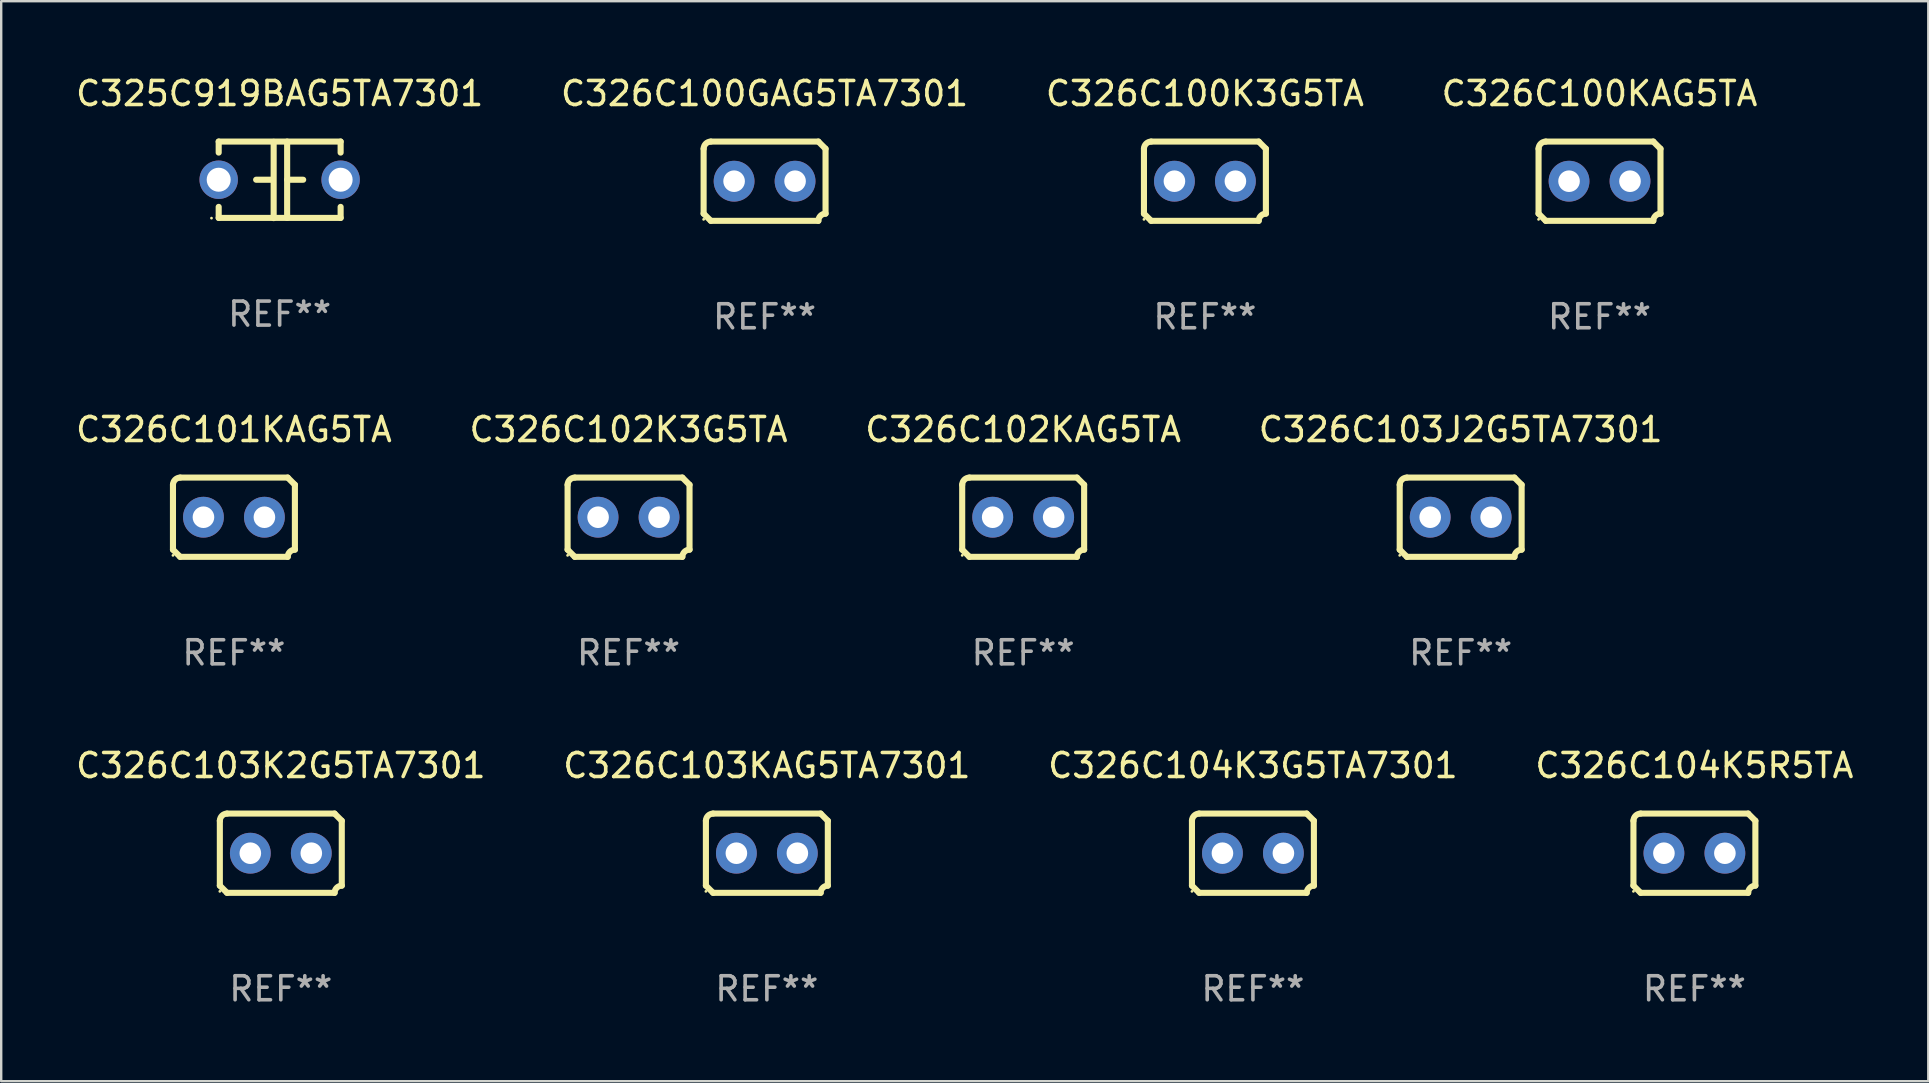
<source format=kicad_pcb>
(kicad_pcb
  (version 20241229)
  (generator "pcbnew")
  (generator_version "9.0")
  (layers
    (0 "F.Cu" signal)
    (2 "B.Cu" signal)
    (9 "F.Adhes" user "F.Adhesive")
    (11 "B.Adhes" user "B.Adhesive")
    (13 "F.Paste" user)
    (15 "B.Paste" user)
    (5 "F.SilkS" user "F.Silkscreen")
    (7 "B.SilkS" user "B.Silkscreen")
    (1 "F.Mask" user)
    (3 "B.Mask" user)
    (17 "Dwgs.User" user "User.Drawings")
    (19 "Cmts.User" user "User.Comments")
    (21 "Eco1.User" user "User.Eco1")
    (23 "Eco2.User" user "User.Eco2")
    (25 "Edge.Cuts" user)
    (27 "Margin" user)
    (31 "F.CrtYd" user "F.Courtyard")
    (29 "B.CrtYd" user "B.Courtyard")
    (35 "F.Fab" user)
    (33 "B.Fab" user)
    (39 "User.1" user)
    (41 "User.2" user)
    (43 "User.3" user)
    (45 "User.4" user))
  (footprint "C326C103KAG5TA7301"
    (layer "F.Cu")
    (at 28.899 32.496)
    (property "Reference" "C326C103KAG5TA7301" (at 0 -3.651 0) (layer "F.SilkS") (effects (font (size 1 1) (thickness 0.15))))
    (attr through_hole)
    (fp_line (start -2.54 -1.351) (end -2.54 1.351) (stroke (width 0.254) (type solid)) (layer "F.SilkS"))
    (fp_line (start -2.24 -1.651) (end 2.24 -1.651) (stroke (width 0.254) (type solid)) (layer "F.SilkS"))
    (fp_line (start 2.24 1.651) (end -2.24 1.651) (stroke (width 0.254) (type solid)) (layer "F.SilkS"))
    (fp_line (start 2.54 1.351) (end 2.54 -1.351) (stroke (width 0.254) (type solid)) (layer "F.SilkS"))
    (fp_arc (start -2.540005 -1.351283) (mid -2.450115 -1.561309) (end -2.240005 -1.651003) (stroke (width 0.254001) (type solid)) (layer "F.SilkS"))
    (fp_arc (start -2.240287 1.651001) (mid -2.390163 1.501019) (end -2.540005 1.351003) (stroke (width 0.254001) (type solid)) (layer "F.SilkS"))
    (fp_arc (start 2.240005 1.651003) (mid 2.329934 1.441015) (end 2.540005 1.351282) (stroke (width 0.254001) (type solid)) (layer "F.SilkS"))
    (fp_arc (start 2.540005 -1.351003) (mid 2.389393 -1.500252) (end 2.240284 -1.651003) (stroke (width 0.254001) (type solid)) (layer "F.SilkS"))
    (fp_circle (center -2.54 1.59) (end -2.51 1.59) (stroke (width 0.06) (type solid)) (fill no) (layer "F.SilkS"))
    (fp_text user "REF**" (at 0 5.651 0) (layer "F.Fab") (effects (font (size 1 1) (thickness 0.15))))
    (pad "1" thru_hole circle (at -1.27 0) (size 1.7 1.7) (drill 0.9) (layers "*.Cu" "*.Mask"))
    (pad "2" thru_hole circle (at 1.27 0) (size 1.7 1.7) (drill 0.9) (layers "*.Cu" "*.Mask")))
  (footprint "C326C100KAG5TA"
    (layer "F.Cu")
    (at 63.589 4.499)
    (property "Reference" "C326C100KAG5TA" (at 0 -3.651 0) (layer "F.SilkS") (effects (font (size 1 1) (thickness 0.15))))
    (attr through_hole)
    (fp_line (start -2.54 -1.351) (end -2.54 1.351) (stroke (width 0.254) (type solid)) (layer "F.SilkS"))
    (fp_line (start -2.24 -1.651) (end 2.24 -1.651) (stroke (width 0.254) (type solid)) (layer "F.SilkS"))
    (fp_line (start 2.24 1.651) (end -2.24 1.651) (stroke (width 0.254) (type solid)) (layer "F.SilkS"))
    (fp_line (start 2.54 1.351) (end 2.54 -1.351) (stroke (width 0.254) (type solid)) (layer "F.SilkS"))
    (fp_arc (start -2.540005 -1.351283) (mid -2.450115 -1.561309) (end -2.240005 -1.651003) (stroke (width 0.254001) (type solid)) (layer "F.SilkS"))
    (fp_arc (start -2.240287 1.651001) (mid -2.390163 1.501019) (end -2.540005 1.351003) (stroke (width 0.254001) (type solid)) (layer "F.SilkS"))
    (fp_arc (start 2.240005 1.651003) (mid 2.329934 1.441015) (end 2.540005 1.351282) (stroke (width 0.254001) (type solid)) (layer "F.SilkS"))
    (fp_arc (start 2.540005 -1.351003) (mid 2.389393 -1.500252) (end 2.240284 -1.651003) (stroke (width 0.254001) (type solid)) (layer "F.SilkS"))
    (fp_circle (center -2.54 1.59) (end -2.51 1.59) (stroke (width 0.06) (type solid)) (fill no) (layer "F.SilkS"))
    (fp_text user "REF**" (at 0 5.651 0) (layer "F.Fab") (effects (font (size 1 1) (thickness 0.15))))
    (pad "1" thru_hole circle (at -1.27 0) (size 1.7 1.7) (drill 0.9) (layers "*.Cu" "*.Mask"))
    (pad "2" thru_hole circle (at 1.27 0) (size 1.7 1.7) (drill 0.9) (layers "*.Cu" "*.Mask")))
  (footprint "C326C103J2G5TA7301"
    (layer "F.Cu")
    (at 57.804 18.498)
    (property "Reference" "C326C103J2G5TA7301" (at 0 -3.651 0) (layer "F.SilkS") (effects (font (size 1 1) (thickness 0.15))))
    (attr through_hole)
    (fp_line (start -2.54 -1.351) (end -2.54 1.351) (stroke (width 0.254) (type solid)) (layer "F.SilkS"))
    (fp_line (start -2.24 -1.651) (end 2.24 -1.651) (stroke (width 0.254) (type solid)) (layer "F.SilkS"))
    (fp_line (start 2.24 1.651) (end -2.24 1.651) (stroke (width 0.254) (type solid)) (layer "F.SilkS"))
    (fp_line (start 2.54 1.351) (end 2.54 -1.351) (stroke (width 0.254) (type solid)) (layer "F.SilkS"))
    (fp_arc (start -2.540005 -1.351283) (mid -2.450115 -1.561309) (end -2.240005 -1.651003) (stroke (width 0.254001) (type solid)) (layer "F.SilkS"))
    (fp_arc (start -2.240287 1.651001) (mid -2.390163 1.501019) (end -2.540005 1.351003) (stroke (width 0.254001) (type solid)) (layer "F.SilkS"))
    (fp_arc (start 2.240005 1.651003) (mid 2.329934 1.441015) (end 2.540005 1.351282) (stroke (width 0.254001) (type solid)) (layer "F.SilkS"))
    (fp_arc (start 2.540005 -1.351003) (mid 2.389393 -1.500252) (end 2.240284 -1.651003) (stroke (width 0.254001) (type solid)) (layer "F.SilkS"))
    (fp_circle (center -2.54 1.59) (end -2.51 1.59) (stroke (width 0.06) (type solid)) (fill no) (layer "F.SilkS"))
    (fp_text user "REF**" (at 0 5.651 0) (layer "F.Fab") (effects (font (size 1 1) (thickness 0.15))))
    (pad "1" thru_hole circle (at -1.27 0) (size 1.7 1.7) (drill 0.9) (layers "*.Cu" "*.Mask"))
    (pad "2" thru_hole circle (at 1.27 0) (size 1.7 1.7) (drill 0.9) (layers "*.Cu" "*.Mask")))
  (footprint "C326C100K3G5TA"
    (layer "F.Cu")
    (at 47.149 4.499)
    (property "Reference" "C326C100K3G5TA" (at 0 -3.651 0) (layer "F.SilkS") (effects (font (size 1 1) (thickness 0.15))))
    (attr through_hole)
    (fp_line (start -2.54 -1.351) (end -2.54 1.351) (stroke (width 0.254) (type solid)) (layer "F.SilkS"))
    (fp_line (start -2.24 -1.651) (end 2.24 -1.651) (stroke (width 0.254) (type solid)) (layer "F.SilkS"))
    (fp_line (start 2.24 1.651) (end -2.24 1.651) (stroke (width 0.254) (type solid)) (layer "F.SilkS"))
    (fp_line (start 2.54 1.351) (end 2.54 -1.351) (stroke (width 0.254) (type solid)) (layer "F.SilkS"))
    (fp_arc (start -2.540005 -1.351283) (mid -2.450115 -1.561309) (end -2.240005 -1.651003) (stroke (width 0.254001) (type solid)) (layer "F.SilkS"))
    (fp_arc (start -2.240287 1.651001) (mid -2.390163 1.501019) (end -2.540005 1.351003) (stroke (width 0.254001) (type solid)) (layer "F.SilkS"))
    (fp_arc (start 2.240005 1.651003) (mid 2.329934 1.441015) (end 2.540005 1.351282) (stroke (width 0.254001) (type solid)) (layer "F.SilkS"))
    (fp_arc (start 2.540005 -1.351003) (mid 2.389393 -1.500252) (end 2.240284 -1.651003) (stroke (width 0.254001) (type solid)) (layer "F.SilkS"))
    (fp_circle (center -2.54 1.59) (end -2.51 1.59) (stroke (width 0.06) (type solid)) (fill no) (layer "F.SilkS"))
    (fp_text user "REF**" (at 0 5.651 0) (layer "F.Fab") (effects (font (size 1 1) (thickness 0.15))))
    (pad "1" thru_hole circle (at -1.27 0) (size 1.7 1.7) (drill 0.9) (layers "*.Cu" "*.Mask"))
    (pad "2" thru_hole circle (at 1.27 0) (size 1.7 1.7) (drill 0.9) (layers "*.Cu" "*.Mask")))
  (footprint "C326C102K3G5TA"
    (layer "F.Cu")
    (at 23.137 18.498)
    (property "Reference" "C326C102K3G5TA" (at 0 -3.651 0) (layer "F.SilkS") (effects (font (size 1 1) (thickness 0.15))))
    (attr through_hole)
    (fp_line (start -2.54 -1.351) (end -2.54 1.351) (stroke (width 0.254) (type solid)) (layer "F.SilkS"))
    (fp_line (start -2.24 -1.651) (end 2.24 -1.651) (stroke (width 0.254) (type solid)) (layer "F.SilkS"))
    (fp_line (start 2.24 1.651) (end -2.24 1.651) (stroke (width 0.254) (type solid)) (layer "F.SilkS"))
    (fp_line (start 2.54 1.351) (end 2.54 -1.351) (stroke (width 0.254) (type solid)) (layer "F.SilkS"))
    (fp_arc (start -2.540005 -1.351283) (mid -2.450115 -1.561309) (end -2.240005 -1.651003) (stroke (width 0.254001) (type solid)) (layer "F.SilkS"))
    (fp_arc (start -2.240287 1.651001) (mid -2.390163 1.501019) (end -2.540005 1.351003) (stroke (width 0.254001) (type solid)) (layer "F.SilkS"))
    (fp_arc (start 2.240005 1.651003) (mid 2.329934 1.441015) (end 2.540005 1.351282) (stroke (width 0.254001) (type solid)) (layer "F.SilkS"))
    (fp_arc (start 2.540005 -1.351003) (mid 2.389393 -1.500252) (end 2.240284 -1.651003) (stroke (width 0.254001) (type solid)) (layer "F.SilkS"))
    (fp_circle (center -2.54 1.59) (end -2.51 1.59) (stroke (width 0.06) (type solid)) (fill no) (layer "F.SilkS"))
    (fp_text user "REF**" (at 0 5.651 0) (layer "F.Fab") (effects (font (size 1 1) (thickness 0.15))))
    (pad "1" thru_hole circle (at -1.27 0) (size 1.7 1.7) (drill 0.9) (layers "*.Cu" "*.Mask"))
    (pad "2" thru_hole circle (at 1.27 0) (size 1.7 1.7) (drill 0.9) (layers "*.Cu" "*.Mask")))
  (footprint "C326C102KAG5TA"
    (layer "F.Cu")
    (at 39.577 18.498)
    (property "Reference" "C326C102KAG5TA" (at 0 -3.651 0) (layer "F.SilkS") (effects (font (size 1 1) (thickness 0.15))))
    (attr through_hole)
    (fp_line (start -2.54 -1.351) (end -2.54 1.351) (stroke (width 0.254) (type solid)) (layer "F.SilkS"))
    (fp_line (start -2.24 -1.651) (end 2.24 -1.651) (stroke (width 0.254) (type solid)) (layer "F.SilkS"))
    (fp_line (start 2.24 1.651) (end -2.24 1.651) (stroke (width 0.254) (type solid)) (layer "F.SilkS"))
    (fp_line (start 2.54 1.351) (end 2.54 -1.351) (stroke (width 0.254) (type solid)) (layer "F.SilkS"))
    (fp_arc (start -2.540005 -1.351283) (mid -2.450115 -1.561309) (end -2.240005 -1.651003) (stroke (width 0.254001) (type solid)) (layer "F.SilkS"))
    (fp_arc (start -2.240287 1.651001) (mid -2.390163 1.501019) (end -2.540005 1.351003) (stroke (width 0.254001) (type solid)) (layer "F.SilkS"))
    (fp_arc (start 2.240005 1.651003) (mid 2.329934 1.441015) (end 2.540005 1.351282) (stroke (width 0.254001) (type solid)) (layer "F.SilkS"))
    (fp_arc (start 2.540005 -1.351003) (mid 2.389393 -1.500252) (end 2.240284 -1.651003) (stroke (width 0.254001) (type solid)) (layer "F.SilkS"))
    (fp_circle (center -2.54 1.59) (end -2.51 1.59) (stroke (width 0.06) (type solid)) (fill no) (layer "F.SilkS"))
    (fp_text user "REF**" (at 0 5.651 0) (layer "F.Fab") (effects (font (size 1 1) (thickness 0.15))))
    (pad "1" thru_hole circle (at -1.27 0) (size 1.7 1.7) (drill 0.9) (layers "*.Cu" "*.Mask"))
    (pad "2" thru_hole circle (at 1.27 0) (size 1.7 1.7) (drill 0.9) (layers "*.Cu" "*.Mask")))
  (footprint "C326C104K3G5TA7301"
    (layer "F.Cu")
    (at 49.149 32.496)
    (property "Reference" "C326C104K3G5TA7301" (at 0 -3.651 0) (layer "F.SilkS") (effects (font (size 1 1) (thickness 0.15))))
    (attr through_hole)
    (fp_line (start -2.54 -1.351) (end -2.54 1.351) (stroke (width 0.254) (type solid)) (layer "F.SilkS"))
    (fp_line (start -2.24 -1.651) (end 2.24 -1.651) (stroke (width 0.254) (type solid)) (layer "F.SilkS"))
    (fp_line (start 2.24 1.651) (end -2.24 1.651) (stroke (width 0.254) (type solid)) (layer "F.SilkS"))
    (fp_line (start 2.54 1.351) (end 2.54 -1.351) (stroke (width 0.254) (type solid)) (layer "F.SilkS"))
    (fp_arc (start -2.540005 -1.351283) (mid -2.450115 -1.561309) (end -2.240005 -1.651003) (stroke (width 0.254001) (type solid)) (layer "F.SilkS"))
    (fp_arc (start -2.240287 1.651001) (mid -2.390163 1.501019) (end -2.540005 1.351003) (stroke (width 0.254001) (type solid)) (layer "F.SilkS"))
    (fp_arc (start 2.240005 1.651003) (mid 2.329934 1.441015) (end 2.540005 1.351282) (stroke (width 0.254001) (type solid)) (layer "F.SilkS"))
    (fp_arc (start 2.540005 -1.351003) (mid 2.389393 -1.500252) (end 2.240284 -1.651003) (stroke (width 0.254001) (type solid)) (layer "F.SilkS"))
    (fp_circle (center -2.54 1.59) (end -2.51 1.59) (stroke (width 0.06) (type solid)) (fill no) (layer "F.SilkS"))
    (fp_text user "REF**" (at 0 5.651 0) (layer "F.Fab") (effects (font (size 1 1) (thickness 0.15))))
    (pad "1" thru_hole circle (at -1.27 0) (size 1.7 1.7) (drill 0.9) (layers "*.Cu" "*.Mask"))
    (pad "2" thru_hole circle (at 1.27 0) (size 1.7 1.7) (drill 0.9) (layers "*.Cu" "*.Mask")))
  (footprint "C326C101KAG5TA"
    (layer "F.Cu")
    (at 6.696 18.498)
    (property "Reference" "C326C101KAG5TA" (at 0 -3.651 0) (layer "F.SilkS") (effects (font (size 1 1) (thickness 0.15))))
    (attr through_hole)
    (fp_line (start -2.54 -1.351) (end -2.54 1.351) (stroke (width 0.254) (type solid)) (layer "F.SilkS"))
    (fp_line (start -2.24 -1.651) (end 2.24 -1.651) (stroke (width 0.254) (type solid)) (layer "F.SilkS"))
    (fp_line (start 2.24 1.651) (end -2.24 1.651) (stroke (width 0.254) (type solid)) (layer "F.SilkS"))
    (fp_line (start 2.54 1.351) (end 2.54 -1.351) (stroke (width 0.254) (type solid)) (layer "F.SilkS"))
    (fp_arc (start -2.540005 -1.351283) (mid -2.450115 -1.561309) (end -2.240005 -1.651003) (stroke (width 0.254001) (type solid)) (layer "F.SilkS"))
    (fp_arc (start -2.240287 1.651001) (mid -2.390163 1.501019) (end -2.540005 1.351003) (stroke (width 0.254001) (type solid)) (layer "F.SilkS"))
    (fp_arc (start 2.240005 1.651003) (mid 2.329934 1.441015) (end 2.540005 1.351282) (stroke (width 0.254001) (type solid)) (layer "F.SilkS"))
    (fp_arc (start 2.540005 -1.351003) (mid 2.389393 -1.500252) (end 2.240284 -1.651003) (stroke (width 0.254001) (type solid)) (layer "F.SilkS"))
    (fp_circle (center -2.54 1.59) (end -2.51 1.59) (stroke (width 0.06) (type solid)) (fill no) (layer "F.SilkS"))
    (fp_text user "REF**" (at 0 5.651 0) (layer "F.Fab") (effects (font (size 1 1) (thickness 0.15))))
    (pad "1" thru_hole circle (at -1.27 0) (size 1.7 1.7) (drill 0.9) (layers "*.Cu" "*.Mask"))
    (pad "2" thru_hole circle (at 1.27 0) (size 1.7 1.7) (drill 0.9) (layers "*.Cu" "*.Mask")))
  (footprint "C326C103K2G5TA7301"
    (layer "F.Cu")
    (at 8.649 32.496)
    (property "Reference" "C326C103K2G5TA7301" (at 0 -3.651 0) (layer "F.SilkS") (effects (font (size 1 1) (thickness 0.15))))
    (attr through_hole)
    (fp_line (start -2.54 -1.351) (end -2.54 1.351) (stroke (width 0.254) (type solid)) (layer "F.SilkS"))
    (fp_line (start -2.24 -1.651) (end 2.24 -1.651) (stroke (width 0.254) (type solid)) (layer "F.SilkS"))
    (fp_line (start 2.24 1.651) (end -2.24 1.651) (stroke (width 0.254) (type solid)) (layer "F.SilkS"))
    (fp_line (start 2.54 1.351) (end 2.54 -1.351) (stroke (width 0.254) (type solid)) (layer "F.SilkS"))
    (fp_arc (start -2.540005 -1.351283) (mid -2.450115 -1.561309) (end -2.240005 -1.651003) (stroke (width 0.254001) (type solid)) (layer "F.SilkS"))
    (fp_arc (start -2.240287 1.651001) (mid -2.390163 1.501019) (end -2.540005 1.351003) (stroke (width 0.254001) (type solid)) (layer "F.SilkS"))
    (fp_arc (start 2.240005 1.651003) (mid 2.329934 1.441015) (end 2.540005 1.351282) (stroke (width 0.254001) (type solid)) (layer "F.SilkS"))
    (fp_arc (start 2.540005 -1.351003) (mid 2.389393 -1.500252) (end 2.240284 -1.651003) (stroke (width 0.254001) (type solid)) (layer "F.SilkS"))
    (fp_circle (center -2.54 1.59) (end -2.51 1.59) (stroke (width 0.06) (type solid)) (fill no) (layer "F.SilkS"))
    (fp_text user "REF**" (at 0 5.651 0) (layer "F.Fab") (effects (font (size 1 1) (thickness 0.15))))
    (pad "1" thru_hole circle (at -1.27 0) (size 1.7 1.7) (drill 0.9) (layers "*.Cu" "*.Mask"))
    (pad "2" thru_hole circle (at 1.27 0) (size 1.7 1.7) (drill 0.9) (layers "*.Cu" "*.Mask")))
  (footprint "C325C919BAG5TA7301"
    (layer "F.Cu")
    (at 8.601 4.443)
    (property "Reference" "C325C919BAG5TA7301" (at 0 -3.595 0) (layer "F.SilkS") (effects (font (size 1 1) (thickness 0.15))))
    (attr through_hole)
    (fp_line (start -2.54 -1.595) (end -2.54 -1.136) (stroke (width 0.254) (type solid)) (layer "F.SilkS"))
    (fp_line (start -2.54 -1.595) (end 2.54 -1.595) (stroke (width 0.254) (type solid)) (layer "F.SilkS"))
    (fp_line (start -2.54 1.126) (end -2.54 1.585) (stroke (width 0.254) (type solid)) (layer "F.SilkS"))
    (fp_line (start -0.312 -0.005) (end -0.98 -0.005) (stroke (width 0.254) (type solid)) (layer "F.SilkS"))
    (fp_line (start -0.25 -1.585) (end -0.25 1.595) (stroke (width 0.254) (type solid)) (layer "F.SilkS"))
    (fp_line (start 0.312 -1.595) (end 0.312 1.585) (stroke (width 0.254) (type solid)) (layer "F.SilkS"))
    (fp_line (start 0.312 -0.005) (end 0.98 -0.005) (stroke (width 0.254) (type solid)) (layer "F.SilkS"))
    (fp_line (start 2.54 -1.595) (end 2.54 -1.136) (stroke (width 0.254) (type solid)) (layer "F.SilkS"))
    (fp_line (start 2.54 1.126) (end 2.54 1.585) (stroke (width 0.254) (type solid)) (layer "F.SilkS"))
    (fp_line (start 2.54 1.585) (end -2.54 1.585) (stroke (width 0.254) (type solid)) (layer "F.SilkS"))
    (fp_circle (center -2.84 1.595) (end -2.81 1.595) (stroke (width 0.06) (type solid)) (fill no) (layer "F.SilkS"))
    (fp_text user "REF**" (at 0 5.595 0) (layer "F.Fab") (effects (font (size 1 1) (thickness 0.15))))
    (pad "1" thru_hole circle (at -2.54 -0.005) (size 1.6 1.6) (drill 1) (layers "*.Cu" "*.Mask"))
    (pad "2" thru_hole circle (at 2.54 -0.005) (size 1.6 1.6) (drill 1) (layers "*.Cu" "*.Mask")))
  (footprint "C326C100GAG5TA7301"
    (layer "F.Cu")
    (at 28.804 4.499)
    (property "Reference" "C326C100GAG5TA7301" (at 0 -3.651 0) (layer "F.SilkS") (effects (font (size 1 1) (thickness 0.15))))
    (attr through_hole)
    (fp_line (start -2.54 -1.351) (end -2.54 1.351) (stroke (width 0.254) (type solid)) (layer "F.SilkS"))
    (fp_line (start -2.24 -1.651) (end 2.24 -1.651) (stroke (width 0.254) (type solid)) (layer "F.SilkS"))
    (fp_line (start 2.24 1.651) (end -2.24 1.651) (stroke (width 0.254) (type solid)) (layer "F.SilkS"))
    (fp_line (start 2.54 1.351) (end 2.54 -1.351) (stroke (width 0.254) (type solid)) (layer "F.SilkS"))
    (fp_arc (start -2.540005 -1.351283) (mid -2.450115 -1.561309) (end -2.240005 -1.651003) (stroke (width 0.254001) (type solid)) (layer "F.SilkS"))
    (fp_arc (start -2.240287 1.651001) (mid -2.390163 1.501019) (end -2.540005 1.351003) (stroke (width 0.254001) (type solid)) (layer "F.SilkS"))
    (fp_arc (start 2.240005 1.651003) (mid 2.329934 1.441015) (end 2.540005 1.351282) (stroke (width 0.254001) (type solid)) (layer "F.SilkS"))
    (fp_arc (start 2.540005 -1.351003) (mid 2.389393 -1.500252) (end 2.240284 -1.651003) (stroke (width 0.254001) (type solid)) (layer "F.SilkS"))
    (fp_circle (center -2.54 1.59) (end -2.51 1.59) (stroke (width 0.06) (type solid)) (fill no) (layer "F.SilkS"))
    (fp_text user "REF**" (at 0 5.651 0) (layer "F.Fab") (effects (font (size 1 1) (thickness 0.15))))
    (pad "1" thru_hole circle (at -1.27 0) (size 1.7 1.7) (drill 0.9) (layers "*.Cu" "*.Mask"))
    (pad "2" thru_hole circle (at 1.27 0) (size 1.7 1.7) (drill 0.9) (layers "*.Cu" "*.Mask")))
  (footprint "C326C104K5R5TA"
    (layer "F.Cu")
    (at 67.542 32.496)
    (property "Reference" "C326C104K5R5TA" (at 0 -3.651 0) (layer "F.SilkS") (effects (font (size 1 1) (thickness 0.15))))
    (attr through_hole)
    (fp_line (start -2.54 -1.351) (end -2.54 1.351) (stroke (width 0.254) (type solid)) (layer "F.SilkS"))
    (fp_line (start -2.24 -1.651) (end 2.24 -1.651) (stroke (width 0.254) (type solid)) (layer "F.SilkS"))
    (fp_line (start 2.24 1.651) (end -2.24 1.651) (stroke (width 0.254) (type solid)) (layer "F.SilkS"))
    (fp_line (start 2.54 1.351) (end 2.54 -1.351) (stroke (width 0.254) (type solid)) (layer "F.SilkS"))
    (fp_arc (start -2.540005 -1.351283) (mid -2.450115 -1.561309) (end -2.240005 -1.651003) (stroke (width 0.254001) (type solid)) (layer "F.SilkS"))
    (fp_arc (start -2.240287 1.651001) (mid -2.390163 1.501019) (end -2.540005 1.351003) (stroke (width 0.254001) (type solid)) (layer "F.SilkS"))
    (fp_arc (start 2.240005 1.651003) (mid 2.329934 1.441015) (end 2.540005 1.351282) (stroke (width 0.254001) (type solid)) (layer "F.SilkS"))
    (fp_arc (start 2.540005 -1.351003) (mid 2.389393 -1.500252) (end 2.240284 -1.651003) (stroke (width 0.254001) (type solid)) (layer "F.SilkS"))
    (fp_circle (center -2.54 1.59) (end -2.51 1.59) (stroke (width 0.06) (type solid)) (fill no) (layer "F.SilkS"))
    (fp_text user "REF**" (at 0 5.651 0) (layer "F.Fab") (effects (font (size 1 1) (thickness 0.15))))
    (pad "1" thru_hole circle (at -1.27 0) (size 1.7 1.7) (drill 0.9) (layers "*.Cu" "*.Mask"))
    (pad "2" thru_hole circle (at 1.27 0) (size 1.7 1.7) (drill 0.9) (layers "*.Cu" "*.Mask")))
  (gr_rect
    (start -3 -3)
    (end 77.286 41.996)
    (stroke (width 0.1) (type default))
    (fill no)
    (layer "Edge.Cuts")))
</source>
